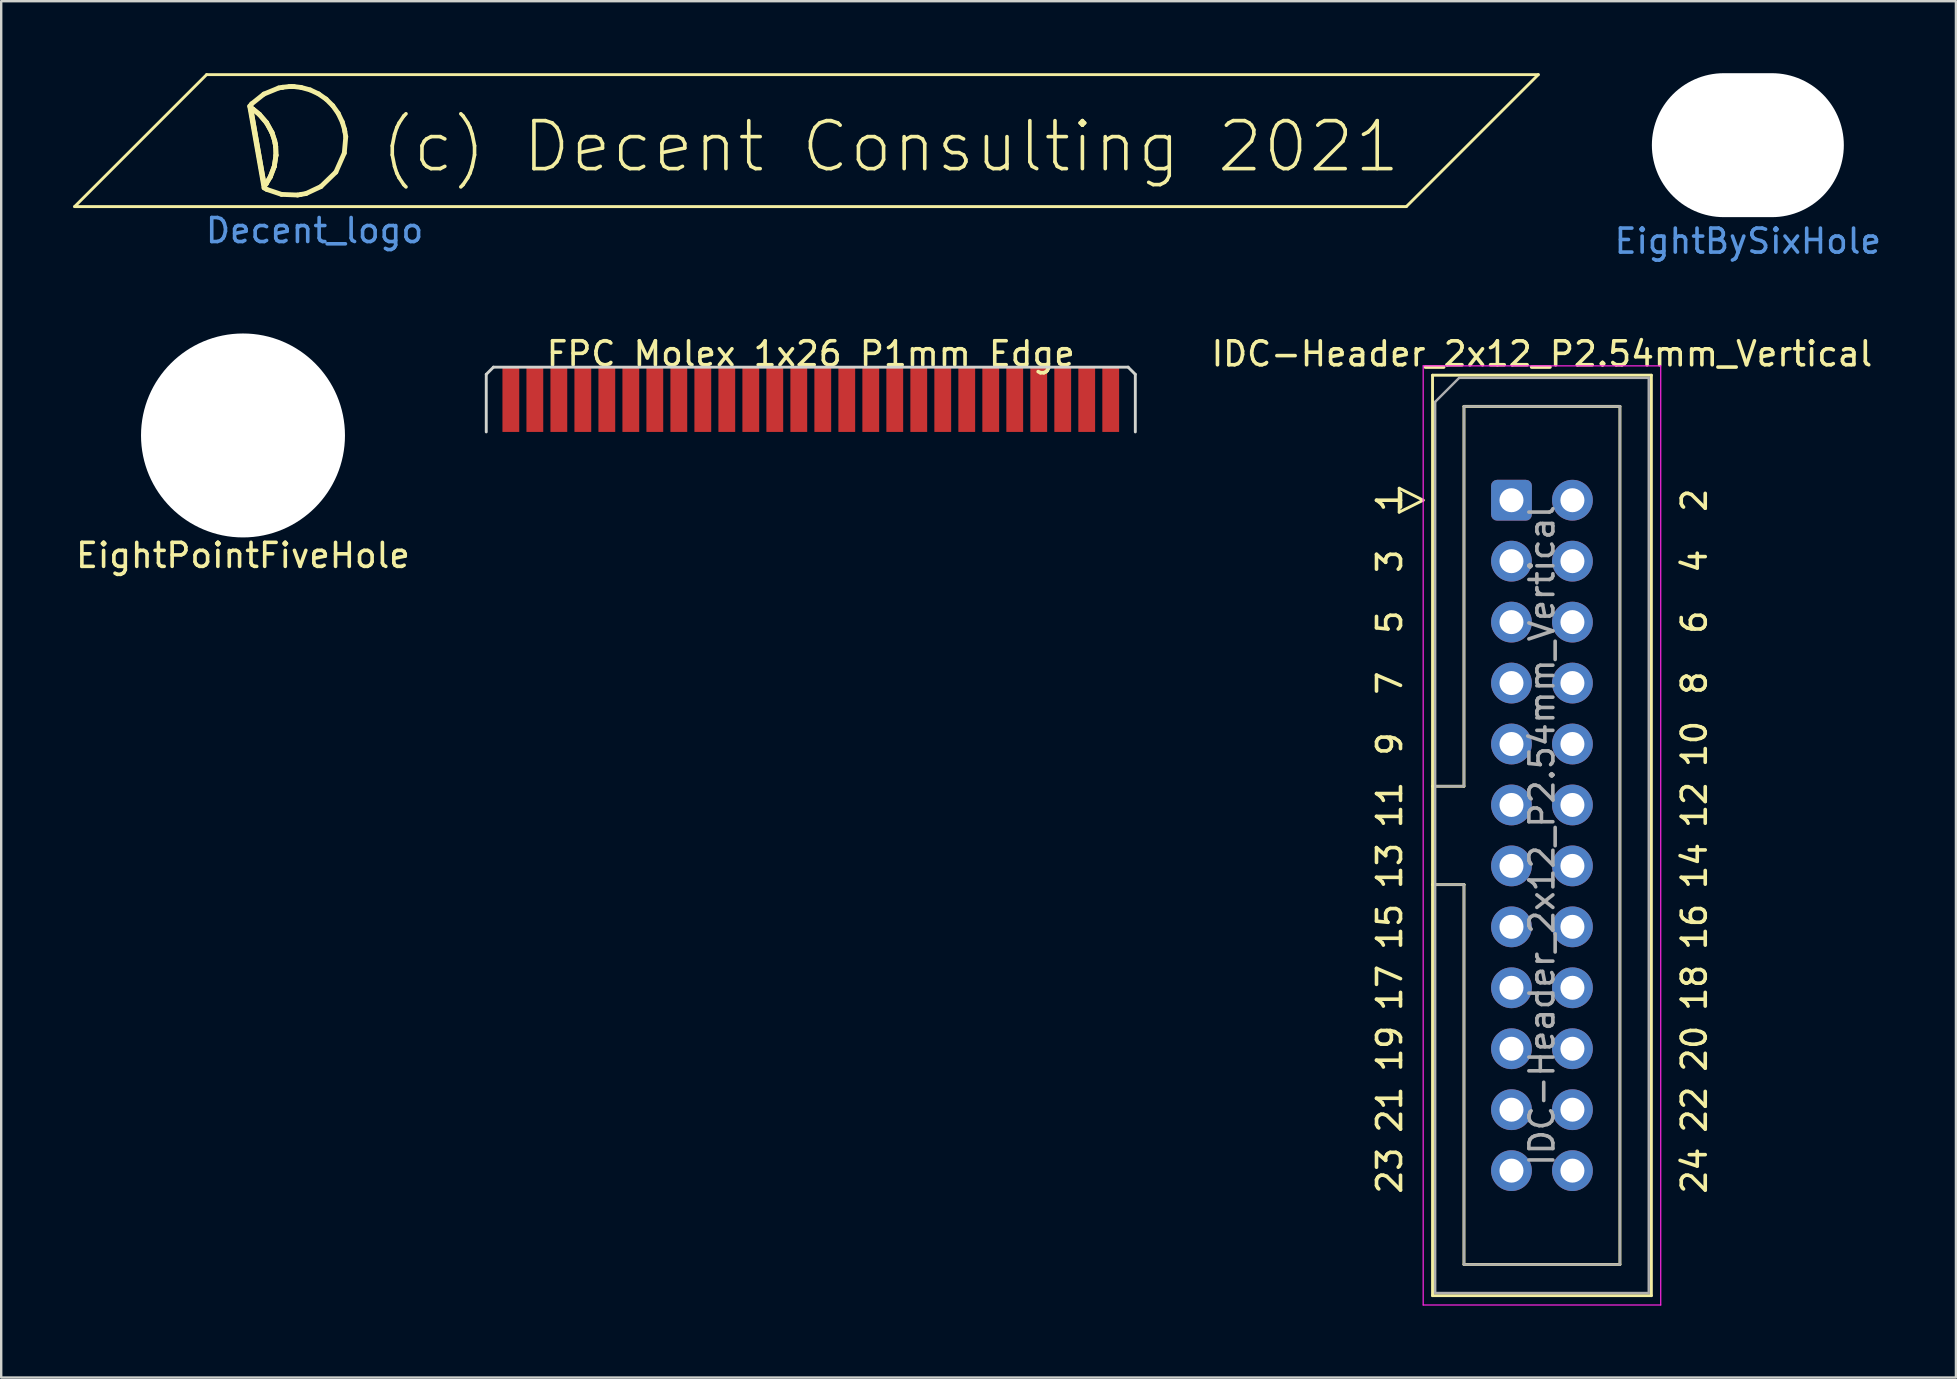
<source format=kicad_pcb>
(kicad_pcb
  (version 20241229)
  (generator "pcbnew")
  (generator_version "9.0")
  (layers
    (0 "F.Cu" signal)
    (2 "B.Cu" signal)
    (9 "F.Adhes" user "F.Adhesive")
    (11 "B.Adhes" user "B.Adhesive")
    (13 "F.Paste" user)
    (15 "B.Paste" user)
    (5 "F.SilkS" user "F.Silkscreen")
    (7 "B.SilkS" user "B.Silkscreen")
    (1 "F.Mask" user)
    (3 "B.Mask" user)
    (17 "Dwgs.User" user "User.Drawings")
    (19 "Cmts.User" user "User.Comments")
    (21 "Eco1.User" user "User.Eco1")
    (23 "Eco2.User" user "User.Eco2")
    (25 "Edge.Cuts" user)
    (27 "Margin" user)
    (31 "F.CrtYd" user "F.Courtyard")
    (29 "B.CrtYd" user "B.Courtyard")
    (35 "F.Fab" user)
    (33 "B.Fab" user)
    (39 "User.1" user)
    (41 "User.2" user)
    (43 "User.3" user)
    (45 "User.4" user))
  (footprint "Decent_logo"
    (layer "F.Cu")
    (at 9.56 3.06)
    (property "Reference" "Decent_logo" (at 0.5 3.5 0) (layer "Cmts.User") (effects (font (size 1 1) (thickness 0.15))))
    (attr through_hole)
    (fp_line (start -9.5 2.5) (end 46 2.5) (stroke (width 0.12) (type solid)) (layer "F.SilkS"))
    (fp_line (start -4 -3) (end -9.5 2.5) (stroke (width 0.12) (type solid)) (layer "F.SilkS"))
    (fp_line (start -2.203 -1.683) (end -1.605 1.719) (stroke (width 0.2) (type solid)) (layer "F.SilkS"))
    (fp_line (start -2.167 -1.627) (end -2.167 -1.627) (stroke (width 0.2) (type solid)) (layer "F.SilkS"))
    (fp_line (start -2.167 -1.627) (end -2.07 -1.567) (stroke (width 0.2) (type solid)) (layer "F.SilkS"))
    (fp_line (start -2.164 -1.615) (end -2.164 -1.615) (stroke (width 0.2) (type solid)) (layer "F.SilkS"))
    (fp_line (start -2.164 -1.615) (end -2.067 -1.557) (stroke (width 0.2) (type solid)) (layer "F.SilkS"))
    (fp_line (start -2.121 -1.783) (end -2.203 -1.683) (stroke (width 0.2) (type solid)) (layer "F.SilkS"))
    (fp_line (start -2.07 -1.567) (end -1.802 -1.349) (stroke (width 0.2) (type solid)) (layer "F.SilkS"))
    (fp_line (start -2.067 -1.557) (end -1.801 -1.339) (stroke (width 0.2) (type solid)) (layer "F.SilkS"))
    (fp_line (start -1.802 -1.349) (end -1.5 -1) (stroke (width 0.2) (type solid)) (layer "F.SilkS"))
    (fp_line (start -1.801 -1.339) (end -1.501 -0.99) (stroke (width 0.2) (type solid)) (layer "F.SilkS"))
    (fp_line (start -1.612 -2.189) (end -2.121 -1.783) (stroke (width 0.2) (type solid)) (layer "F.SilkS"))
    (fp_line (start -1.605 1.719) (end -1.493 1.784) (stroke (width 0.2) (type solid)) (layer "F.SilkS"))
    (fp_line (start -1.591 1.642) (end -2.164 -1.615) (stroke (width 0.2) (type solid)) (layer "F.SilkS"))
    (fp_line (start -1.591 1.643) (end -2.167 -1.627) (stroke (width 0.2) (type solid)) (layer "F.SilkS"))
    (fp_line (start -1.521 1.553) (end -1.591 1.642) (stroke (width 0.2) (type solid)) (layer "F.SilkS"))
    (fp_line (start -1.52 1.554) (end -1.591 1.643) (stroke (width 0.2) (type solid)) (layer "F.SilkS"))
    (fp_line (start -1.501 -0.99) (end -1.276 -0.58) (stroke (width 0.2) (type solid)) (layer "F.SilkS"))
    (fp_line (start -1.5 -1) (end -1.274 -0.588) (stroke (width 0.2) (type solid)) (layer "F.SilkS"))
    (fp_line (start -1.493 1.784) (end -0.877 1.991) (stroke (width 0.2) (type solid)) (layer "F.SilkS"))
    (fp_line (start -1.344 1.257) (end -1.521 1.553) (stroke (width 0.2) (type solid)) (layer "F.SilkS"))
    (fp_line (start -1.343 1.256) (end -1.52 1.554) (stroke (width 0.2) (type solid)) (layer "F.SilkS"))
    (fp_line (start -1.276 -0.58) (end -1.163 -0.235) (stroke (width 0.2) (type solid)) (layer "F.SilkS"))
    (fp_line (start -1.274 -0.588) (end -1.16 -0.242) (stroke (width 0.2) (type solid)) (layer "F.SilkS"))
    (fp_line (start -1.181 0.827) (end -1.344 1.257) (stroke (width 0.2) (type solid)) (layer "F.SilkS"))
    (fp_line (start -1.178 0.825) (end -1.343 1.256) (stroke (width 0.2) (type solid)) (layer "F.SilkS"))
    (fp_line (start -1.163 -0.235) (end -1.142 -0.117) (stroke (width 0.2) (type solid)) (layer "F.SilkS"))
    (fp_line (start -1.16 -0.242) (end -1.139 -0.123) (stroke (width 0.2) (type solid)) (layer "F.SilkS"))
    (fp_line (start -1.142 -0.117) (end -1.121 0.001) (stroke (width 0.2) (type solid)) (layer "F.SilkS"))
    (fp_line (start -1.139 -0.123) (end -1.118 -0.004) (stroke (width 0.2) (type solid)) (layer "F.SilkS"))
    (fp_line (start -1.121 0.001) (end -1.11 0.364) (stroke (width 0.2) (type solid)) (layer "F.SilkS"))
    (fp_line (start -1.118 -0.004) (end -1.107 0.361) (stroke (width 0.2) (type solid)) (layer "F.SilkS"))
    (fp_line (start -1.11 0.364) (end -1.181 0.827) (stroke (width 0.2) (type solid)) (layer "F.SilkS"))
    (fp_line (start -1.107 0.361) (end -1.178 0.825) (stroke (width 0.2) (type solid)) (layer "F.SilkS"))
    (fp_line (start -0.994 -2.444) (end -1.612 -2.189) (stroke (width 0.2) (type solid)) (layer "F.SilkS"))
    (fp_line (start -0.877 1.991) (end -0.209 2.018) (stroke (width 0.2) (type solid)) (layer "F.SilkS"))
    (fp_line (start -0.857 -2.468) (end -0.994 -2.444) (stroke (width 0.2) (type solid)) (layer "F.SilkS"))
    (fp_line (start -0.823 -2.474) (end -0.857 -2.468) (stroke (width 0.2) (type solid)) (layer "F.SilkS"))
    (fp_line (start -0.557 -2.502) (end -0.823 -2.474) (stroke (width 0.2) (type solid)) (layer "F.SilkS"))
    (fp_line (start -0.456 -2.502) (end -0.557 -2.502) (stroke (width 0.2) (type solid)) (layer "F.SilkS"))
    (fp_line (start -0.456 -2.502) (end -0.456 -2.502) (stroke (width 0.2) (type solid)) (layer "F.SilkS"))
    (fp_line (start -0.357 -2.502) (end -0.456 -2.502) (stroke (width 0.2) (type solid)) (layer "F.SilkS"))
    (fp_line (start -0.209 2.018) (end -0.072 1.994) (stroke (width 0.2) (type solid)) (layer "F.SilkS"))
    (fp_line (start -0.072 1.994) (end 0.145 1.956) (stroke (width 0.2) (type solid)) (layer "F.SilkS"))
    (fp_line (start -0.061 -2.466) (end -0.357 -2.502) (stroke (width 0.2) (type solid)) (layer "F.SilkS"))
    (fp_line (start 0.145 1.956) (end 0.764 1.665) (stroke (width 0.2) (type solid)) (layer "F.SilkS"))
    (fp_line (start 0.316 -2.363) (end -0.061 -2.466) (stroke (width 0.2) (type solid)) (layer "F.SilkS"))
    (fp_line (start 0.667 -2.198) (end 0.316 -2.363) (stroke (width 0.2) (type solid)) (layer "F.SilkS"))
    (fp_line (start 0.764 1.665) (end 1.387 1.063) (stroke (width 0.2) (type solid)) (layer "F.SilkS"))
    (fp_line (start 0.983 -1.977) (end 0.667 -2.198) (stroke (width 0.2) (type solid)) (layer "F.SilkS"))
    (fp_line (start 1.258 -1.704) (end 0.983 -1.977) (stroke (width 0.2) (type solid)) (layer "F.SilkS"))
    (fp_line (start 1.387 1.063) (end 1.739 0.269) (stroke (width 0.2) (type solid)) (layer "F.SilkS"))
    (fp_line (start 1.485 -1.385) (end 1.258 -1.704) (stroke (width 0.2) (type solid)) (layer "F.SilkS"))
    (fp_line (start 1.655 -1.026) (end 1.485 -1.385) (stroke (width 0.2) (type solid)) (layer "F.SilkS"))
    (fp_line (start 1.739 0.269) (end 1.8 -0.413) (stroke (width 0.2) (type solid)) (layer "F.SilkS"))
    (fp_line (start 1.744 -0.73) (end 1.655 -1.026) (stroke (width 0.2) (type solid)) (layer "F.SilkS"))
    (fp_line (start 1.762 -0.63) (end 1.744 -0.73) (stroke (width 0.2) (type solid)) (layer "F.SilkS"))
    (fp_line (start 1.8 -0.413) (end 1.762 -0.63) (stroke (width 0.2) (type solid)) (layer "F.SilkS"))
    (fp_line (start 46 2.5) (end 51.5 -3) (stroke (width 0.12) (type solid)) (layer "F.SilkS"))
    (fp_line (start 51.5 -3) (end -4 -3) (stroke (width 0.12) (type solid)) (layer "F.SilkS"))
    (fp_text user "(c) Decent Consulting 2021" (at 24.5 0 0) (layer "F.SilkS") (effects (font (size 2 2) (thickness 0.15)))))
  (footprint "EightPointFiveHole"
    (layer "F.Cu")
    (at 7.077 15.098)
    (property "Reference" "EightPointFiveHole" (at 0 5 0) (layer "F.SilkS") (effects (font (size 1 1) (thickness 0.15))))
    (attr through_hole)
    (pad "" np_thru_hole circle (at 0 0) (size 8.5 8.5) (drill 8.5) (layers "*.Cu" "*.Mask")))
  (footprint "IDC-Header_2x12_P2.54mm_Vertical"
    (layer "F.Cu")
    (at 59.942 17.797)
    (property "Reference" "IDC-Header_2x12_P2.54mm_Vertical" (at 1.27 -6.1 180) (layer "F.SilkS") (effects (font (size 1 1) (thickness 0.15))))
    (attr through_hole)
    (fp_line (start -4.68 -0.5) (end -4.68 0.5) (stroke (width 0.12) (type solid)) (layer "F.SilkS"))
    (fp_line (start -4.68 0.5) (end -3.68 0) (stroke (width 0.12) (type solid)) (layer "F.SilkS"))
    (fp_line (start -3.68 0) (end -4.68 -0.5) (stroke (width 0.12) (type solid)) (layer "F.SilkS"))
    (fp_line (start -3.29 -5.21) (end 5.83 -5.21) (stroke (width 0.12) (type solid)) (layer "F.SilkS"))
    (fp_line (start -3.29 11.92) (end -1.98 11.92) (stroke (width 0.12) (type solid)) (layer "F.SilkS"))
    (fp_line (start -3.29 33.15) (end -3.29 -5.21) (stroke (width 0.12) (type solid)) (layer "F.SilkS"))
    (fp_line (start -1.98 -3.91) (end 4.52 -3.91) (stroke (width 0.12) (type solid)) (layer "F.SilkS"))
    (fp_line (start -1.98 11.92) (end -1.98 -3.91) (stroke (width 0.12) (type solid)) (layer "F.SilkS"))
    (fp_line (start -1.98 16.02) (end -3.29 16.02) (stroke (width 0.12) (type solid)) (layer "F.SilkS"))
    (fp_line (start -1.98 16.02) (end -1.98 16.02) (stroke (width 0.12) (type solid)) (layer "F.SilkS"))
    (fp_line (start -1.98 31.85) (end -1.98 16.02) (stroke (width 0.12) (type solid)) (layer "F.SilkS"))
    (fp_line (start 4.52 -3.91) (end 4.52 31.85) (stroke (width 0.12) (type solid)) (layer "F.SilkS"))
    (fp_line (start 4.52 31.85) (end -1.98 31.85) (stroke (width 0.12) (type solid)) (layer "F.SilkS"))
    (fp_line (start 5.83 -5.21) (end 5.83 33.15) (stroke (width 0.12) (type solid)) (layer "F.SilkS"))
    (fp_line (start 5.83 33.15) (end -3.29 33.15) (stroke (width 0.12) (type solid)) (layer "F.SilkS"))
    (fp_line (start -3.68 -5.6) (end -3.68 33.54) (stroke (width 0.05) (type solid)) (layer "F.CrtYd"))
    (fp_line (start -3.68 33.54) (end 6.22 33.54) (stroke (width 0.05) (type solid)) (layer "F.CrtYd"))
    (fp_line (start 6.22 -5.6) (end -3.68 -5.6) (stroke (width 0.05) (type solid)) (layer "F.CrtYd"))
    (fp_line (start 6.22 33.54) (end 6.22 -5.6) (stroke (width 0.05) (type solid)) (layer "F.CrtYd"))
    (fp_line (start -3.18 -4.1) (end -2.18 -5.1) (stroke (width 0.1) (type solid)) (layer "F.Fab"))
    (fp_line (start -3.18 11.92) (end -1.98 11.92) (stroke (width 0.1) (type solid)) (layer "F.Fab"))
    (fp_line (start -3.18 33.04) (end -3.18 -4.1) (stroke (width 0.1) (type solid)) (layer "F.Fab"))
    (fp_line (start -2.18 -5.1) (end 5.72 -5.1) (stroke (width 0.1) (type solid)) (layer "F.Fab"))
    (fp_line (start -1.98 -3.91) (end 4.52 -3.91) (stroke (width 0.1) (type solid)) (layer "F.Fab"))
    (fp_line (start -1.98 11.92) (end -1.98 -3.91) (stroke (width 0.1) (type solid)) (layer "F.Fab"))
    (fp_line (start -1.98 16.02) (end -3.18 16.02) (stroke (width 0.1) (type solid)) (layer "F.Fab"))
    (fp_line (start -1.98 16.02) (end -1.98 16.02) (stroke (width 0.1) (type solid)) (layer "F.Fab"))
    (fp_line (start -1.98 31.85) (end -1.98 16.02) (stroke (width 0.1) (type solid)) (layer "F.Fab"))
    (fp_line (start 4.52 -3.91) (end 4.52 31.85) (stroke (width 0.1) (type solid)) (layer "F.Fab"))
    (fp_line (start 4.52 31.85) (end -1.98 31.85) (stroke (width 0.1) (type solid)) (layer "F.Fab"))
    (fp_line (start 5.72 -5.1) (end 5.72 33.04) (stroke (width 0.1) (type solid)) (layer "F.Fab"))
    (fp_line (start 5.72 33.04) (end -3.18 33.04) (stroke (width 0.1) (type solid)) (layer "F.Fab"))
    (fp_text user "13" (at -5.08 15.24 90) (layer "F.SilkS") (effects (font (size 1 1) (thickness 0.15))))
    (fp_text user "12" (at 7.62 12.7 90) (layer "F.SilkS") (effects (font (size 1 1) (thickness 0.15))))
    (fp_text user "3" (at -5.08 2.54 90) (layer "F.SilkS") (effects (font (size 1 1) (thickness 0.15))))
    (fp_text user "23" (at -5.08 27.94 90) (layer "F.SilkS") (effects (font (size 1 1) (thickness 0.15))))
    (fp_text user "9" (at -5.08 10.16 90) (layer "F.SilkS") (effects (font (size 1 1) (thickness 0.15))))
    (fp_text user "24" (at 7.62 27.94 90) (layer "F.SilkS") (effects (font (size 1 1) (thickness 0.15))))
    (fp_text user "15" (at -5.08 17.78 90) (layer "F.SilkS") (effects (font (size 1 1) (thickness 0.15))))
    (fp_text user "2" (at 7.62 0 90) (layer "F.SilkS") (effects (font (size 1 1) (thickness 0.15))))
    (fp_text user "5" (at -5.08 5.08 90) (layer "F.SilkS") (effects (font (size 1 1) (thickness 0.15))))
    (fp_text user "19" (at -5.08 22.86 90) (layer "F.SilkS") (effects (font (size 1 1) (thickness 0.15))))
    (fp_text user "4" (at 7.62 2.54 90) (layer "F.SilkS") (effects (font (size 1 1) (thickness 0.15))))
    (fp_text user "6" (at 7.62 5.08 90) (layer "F.SilkS") (effects (font (size 1 1) (thickness 0.15))))
    (fp_text user "8" (at 7.62 7.62 90) (layer "F.SilkS") (effects (font (size 1 1) (thickness 0.15))))
    (fp_text user "18" (at 7.62 20.32 90) (layer "F.SilkS") (effects (font (size 1 1) (thickness 0.15))))
    (fp_text user "11" (at -5.08 12.7 90) (layer "F.SilkS") (effects (font (size 1 1) (thickness 0.15))))
    (fp_text user "14" (at 7.62 15.24 90) (layer "F.SilkS") (effects (font (size 1 1) (thickness 0.15))))
    (fp_text user "21" (at -5.08 25.4 90) (layer "F.SilkS") (effects (font (size 1 1) (thickness 0.15))))
    (fp_text user "16" (at 7.62 17.78 90) (layer "F.SilkS") (effects (font (size 1 1) (thickness 0.15))))
    (fp_text user "1" (at -5.08 0 90) (layer "F.SilkS") (effects (font (size 1 1) (thickness 0.15))))
    (fp_text user "20" (at 7.62 22.86 90) (layer "F.SilkS") (effects (font (size 1 1) (thickness 0.15))))
    (fp_text user "10" (at 7.62 10.16 90) (layer "F.SilkS") (effects (font (size 1 1) (thickness 0.15))))
    (fp_text user "22" (at 7.62 25.4 90) (layer "F.SilkS") (effects (font (size 1 1) (thickness 0.15))))
    (fp_text user "7" (at -5.08 7.62 90) (layer "F.SilkS") (effects (font (size 1 1) (thickness 0.15))))
    (fp_text user "17" (at -5.08 20.32 90) (layer "F.SilkS") (effects (font (size 1 1) (thickness 0.15))))
    (fp_text user "${REFERENCE}" (at 1.27 13.97 90) (layer "F.Fab") (effects (font (size 1 1) (thickness 0.15))))
    (pad "1" thru_hole roundrect (at 0 0) (size 1.7 1.7) (drill 1) (layers "*.Cu" "*.Mask") (roundrect_rratio 0.147))
    (pad "2" thru_hole circle (at 2.54 0) (size 1.7 1.7) (drill 1) (layers "*.Cu" "*.Mask"))
    (pad "3" thru_hole circle (at 0 2.54) (size 1.7 1.7) (drill 1) (layers "*.Cu" "*.Mask"))
    (pad "4" thru_hole circle (at 2.54 2.54) (size 1.7 1.7) (drill 1) (layers "*.Cu" "*.Mask"))
    (pad "5" thru_hole circle (at 0 5.08) (size 1.7 1.7) (drill 1) (layers "*.Cu" "*.Mask"))
    (pad "6" thru_hole circle (at 2.54 5.08) (size 1.7 1.7) (drill 1) (layers "*.Cu" "*.Mask"))
    (pad "7" thru_hole circle (at 0 7.62) (size 1.7 1.7) (drill 1) (layers "*.Cu" "*.Mask"))
    (pad "8" thru_hole circle (at 2.54 7.62) (size 1.7 1.7) (drill 1) (layers "*.Cu" "*.Mask"))
    (pad "9" thru_hole circle (at 0 10.16) (size 1.7 1.7) (drill 1) (layers "*.Cu" "*.Mask"))
    (pad "10" thru_hole circle (at 2.54 10.16) (size 1.7 1.7) (drill 1) (layers "*.Cu" "*.Mask"))
    (pad "11" thru_hole circle (at 0 12.7) (size 1.7 1.7) (drill 1) (layers "*.Cu" "*.Mask"))
    (pad "12" thru_hole circle (at 2.54 12.7) (size 1.7 1.7) (drill 1) (layers "*.Cu" "*.Mask"))
    (pad "13" thru_hole circle (at 0 15.24) (size 1.7 1.7) (drill 1) (layers "*.Cu" "*.Mask"))
    (pad "14" thru_hole circle (at 2.54 15.24) (size 1.7 1.7) (drill 1) (layers "*.Cu" "*.Mask"))
    (pad "15" thru_hole circle (at 0 17.78) (size 1.7 1.7) (drill 1) (layers "*.Cu" "*.Mask"))
    (pad "16" thru_hole circle (at 2.54 17.78) (size 1.7 1.7) (drill 1) (layers "*.Cu" "*.Mask"))
    (pad "17" thru_hole circle (at 0 20.32) (size 1.7 1.7) (drill 1) (layers "*.Cu" "*.Mask"))
    (pad "18" thru_hole circle (at 2.54 20.32) (size 1.7 1.7) (drill 1) (layers "*.Cu" "*.Mask"))
    (pad "19" thru_hole circle (at 0 22.86) (size 1.7 1.7) (drill 1) (layers "*.Cu" "*.Mask"))
    (pad "20" thru_hole circle (at 2.54 22.86) (size 1.7 1.7) (drill 1) (layers "*.Cu" "*.Mask"))
    (pad "21" thru_hole circle (at 0 25.4) (size 1.7 1.7) (drill 1) (layers "*.Cu" "*.Mask"))
    (pad "22" thru_hole circle (at 2.54 25.4) (size 1.7 1.7) (drill 1) (layers "*.Cu" "*.Mask"))
    (pad "23" thru_hole circle (at 0 27.94) (size 1.7 1.7) (drill 1) (layers "*.Cu" "*.Mask"))
    (pad "24" thru_hole circle (at 2.54 27.94) (size 1.7 1.7) (drill 1) (layers "*.Cu" "*.Mask")))
  (footprint "EightBySixHole"
    (layer "F.Cu")
    (at 69.793 3)
    (property "Reference" "EightBySixHole" (at 0 4 0) (layer "Cmts.User") (effects (font (size 1 1) (thickness 0.15))))
    (attr through_hole)
    (pad "" np_thru_hole oval (at 0 0) (size 8 6) (drill oval 8 6) (layers "*.Cu" "*.Mask")))
  (footprint "FPC Molex 1x26 P1mm Edge"
    (layer "F.Cu")
    (at 30.74 13.601)
    (property "Reference" "FPC Molex 1x26 P1mm Edge" (at 0 -1.905 0) (layer "F.SilkS") (effects (font (size 1 1) (thickness 0.15))))
    (attr exclude_from_pos_files exclude_from_bom)
    (fp_line (start -13.525 -1.05) (end -13.525 1.35) (stroke (width 0.12) (type solid)) (layer "Edge.Cuts"))
    (fp_line (start -13.225 -1.35) (end -13.525 -1.05) (stroke (width 0.12) (type solid)) (layer "Edge.Cuts"))
    (fp_line (start -13.225 -1.35) (end 13.225 -1.35) (stroke (width 0.12) (type solid)) (layer "Edge.Cuts"))
    (fp_line (start 13.225 -1.35) (end 13.525 -1.05) (stroke (width 0.12) (type solid)) (layer "Edge.Cuts"))
    (fp_line (start 13.525 -1.05) (end 13.525 1.35) (stroke (width 0.12) (type solid)) (layer "Edge.Cuts"))
    (pad "1" connect rect (at -12.5 0) (size 0.7 2.7) (layers "F.Cu" "F.Mask"))
    (pad "2" connect rect (at -11.5 0) (size 0.7 2.7) (layers "F.Cu" "F.Mask"))
    (pad "3" connect rect (at -10.5 0) (size 0.7 2.7) (layers "F.Cu" "F.Mask"))
    (pad "4" connect rect (at -9.5 0) (size 0.7 2.7) (layers "F.Cu" "F.Mask"))
    (pad "5" connect rect (at -8.5 0) (size 0.7 2.7) (layers "F.Cu" "F.Mask"))
    (pad "6" connect rect (at -7.5 0) (size 0.7 2.7) (layers "F.Cu" "F.Mask"))
    (pad "7" connect rect (at -6.5 0) (size 0.7 2.7) (layers "F.Cu" "F.Mask"))
    (pad "8" connect rect (at -5.5 0) (size 0.7 2.7) (layers "F.Cu" "F.Mask"))
    (pad "9" connect rect (at -4.5 0) (size 0.7 2.7) (layers "F.Cu" "F.Mask"))
    (pad "10" connect rect (at -3.5 0) (size 0.7 2.7) (layers "F.Cu" "F.Mask"))
    (pad "11" connect rect (at -2.5 0) (size 0.7 2.7) (layers "F.Cu" "F.Mask"))
    (pad "12" connect rect (at -1.5 0) (size 0.7 2.7) (layers "F.Cu" "F.Mask"))
    (pad "13" connect rect (at -0.5 0) (size 0.7 2.7) (layers "F.Cu" "F.Mask"))
    (pad "14" connect rect (at 0.5 0) (size 0.7 2.7) (layers "F.Cu" "F.Mask"))
    (pad "15" connect rect (at 1.5 0) (size 0.7 2.7) (layers "F.Cu" "F.Mask"))
    (pad "16" connect rect (at 2.5 0) (size 0.7 2.7) (layers "F.Cu" "F.Mask"))
    (pad "17" connect rect (at 3.5 0) (size 0.7 2.7) (layers "F.Cu" "F.Mask"))
    (pad "18" connect rect (at 4.5 0) (size 0.7 2.7) (layers "F.Cu" "F.Mask"))
    (pad "19" connect rect (at 5.5 0) (size 0.7 2.7) (layers "F.Cu" "F.Mask"))
    (pad "20" connect rect (at 6.5 0) (size 0.7 2.7) (layers "F.Cu" "F.Mask"))
    (pad "21" connect rect (at 7.5 0) (size 0.7 2.7) (layers "F.Cu" "F.Mask"))
    (pad "22" connect rect (at 8.5 0) (size 0.7 2.7) (layers "F.Cu" "F.Mask"))
    (pad "23" connect rect (at 9.5 0) (size 0.7 2.7) (layers "F.Cu" "F.Mask"))
    (pad "24" connect rect (at 10.5 0) (size 0.7 2.7) (layers "F.Cu" "F.Mask"))
    (pad "25" connect rect (at 11.5 0) (size 0.7 2.7) (layers "F.Cu" "F.Mask"))
    (pad "26" connect rect (at 12.5 0) (size 0.7 2.7) (layers "F.Cu" "F.Mask")))
  (gr_rect
    (start -3 -3)
    (end 78.465 54.361)
    (stroke (width 0.1) (type default))
    (fill no)
    (layer "Edge.Cuts")))
</source>
